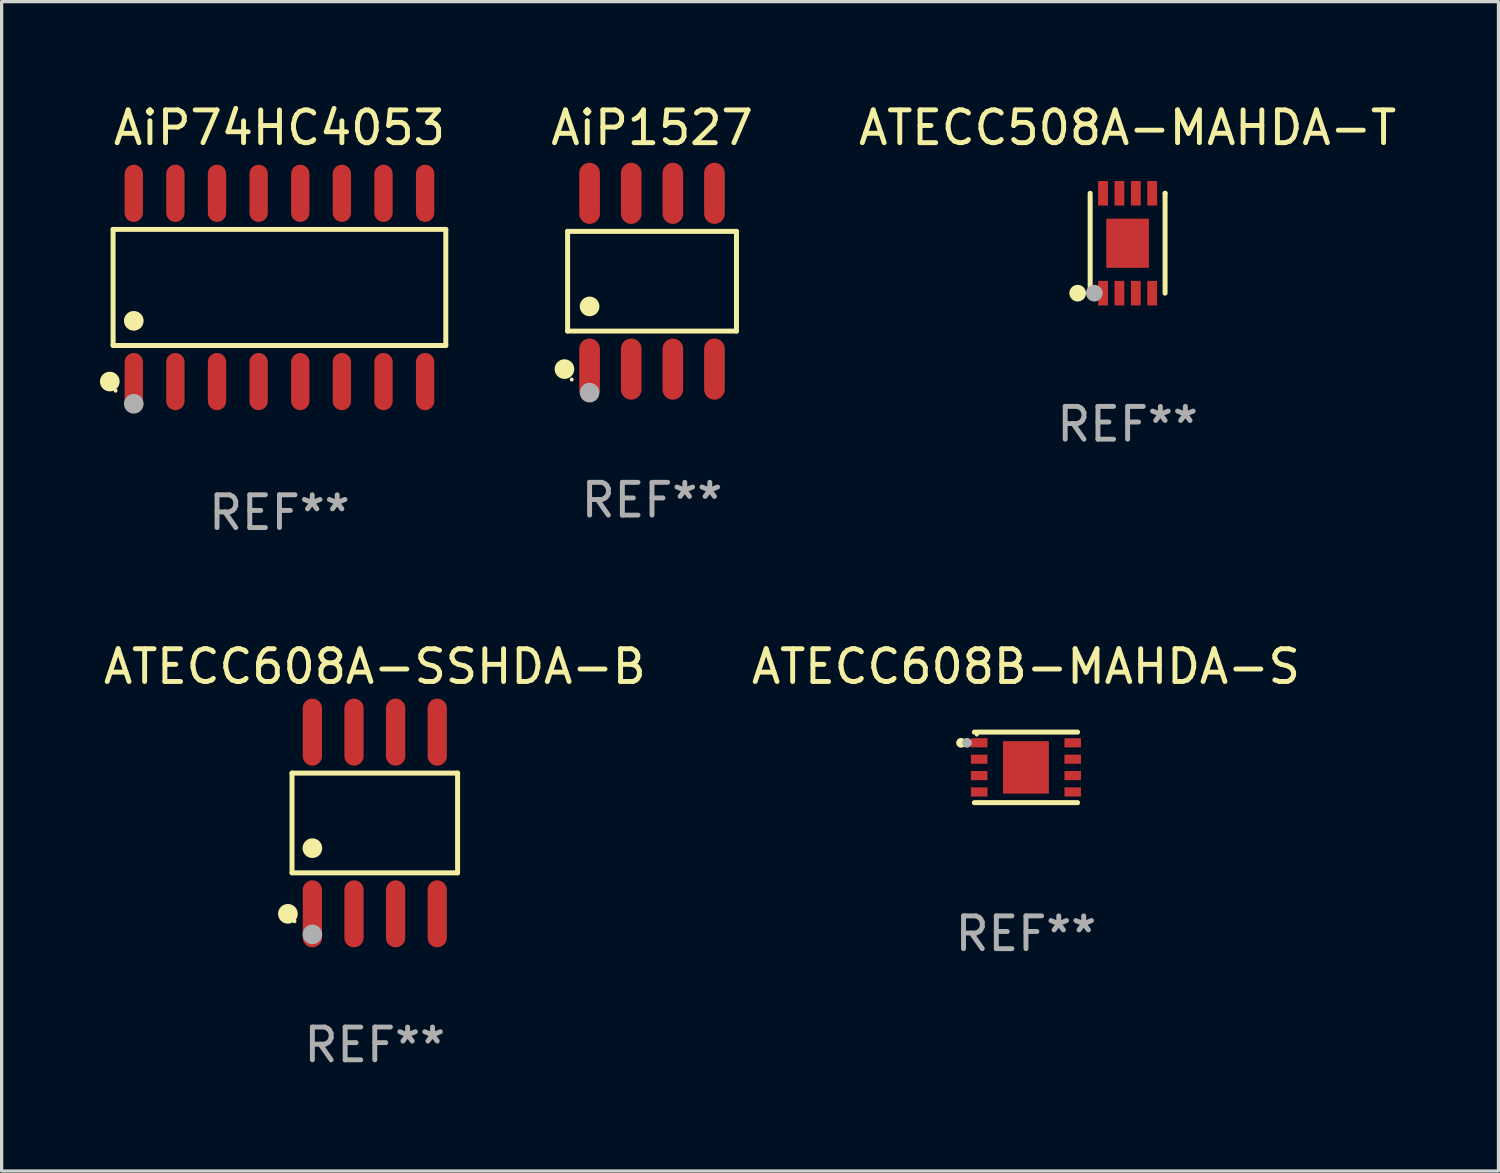
<source format=kicad_pcb>
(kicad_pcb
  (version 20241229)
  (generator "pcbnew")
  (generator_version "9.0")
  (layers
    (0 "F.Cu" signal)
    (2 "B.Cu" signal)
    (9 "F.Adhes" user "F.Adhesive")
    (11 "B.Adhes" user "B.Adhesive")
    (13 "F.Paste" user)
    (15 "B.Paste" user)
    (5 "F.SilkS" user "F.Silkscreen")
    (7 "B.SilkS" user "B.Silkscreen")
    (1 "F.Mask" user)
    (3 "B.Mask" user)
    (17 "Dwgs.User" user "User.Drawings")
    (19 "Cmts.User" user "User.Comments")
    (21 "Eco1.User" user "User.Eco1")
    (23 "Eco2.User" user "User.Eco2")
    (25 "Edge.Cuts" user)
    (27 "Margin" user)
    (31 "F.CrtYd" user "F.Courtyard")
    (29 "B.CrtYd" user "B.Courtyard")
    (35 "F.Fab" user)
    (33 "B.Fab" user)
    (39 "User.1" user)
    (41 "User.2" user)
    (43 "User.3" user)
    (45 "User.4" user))
  (footprint "ATECC608B-MAHDA-S"
    (layer "F.Cu")
    (at 28.256 20.366)
    (property "Reference" "ATECC608B-MAHDA-S" (at 0 -3.076 0) (layer "F.SilkS") (effects (font (size 1 1) (thickness 0.15))))
    (attr through_hole)
    (fp_line (start -1.576 -1.076) (end 1.576 -1.076) (stroke (width 0.152) (type solid)) (layer "F.SilkS"))
    (fp_line (start -1.576 1.076) (end 1.576 1.076) (stroke (width 0.152) (type solid)) (layer "F.SilkS"))
    (fp_circle (center -1.98 -0.75) (end -1.905 -0.75) (stroke (width 0.15) (type solid)) (fill no) (layer "F.SilkS"))
    (fp_circle (center -1.5 -1) (end -1.47 -1) (stroke (width 0.06) (type solid)) (fill no) (layer "F.SilkS"))
    (fp_circle (center -1.8 -0.75) (end -1.725 -0.75) (stroke (width 0.15) (type solid)) (fill no) (layer "F.Fab"))
    (fp_text user "REF**" (at 0 5.076 0) (layer "F.Fab") (effects (font (size 1 1) (thickness 0.15))))
    (pad "1" smd rect (at -1.427 -0.75) (size 0.505 0.28) (layers "F.Cu" "F.Mask" "F.Paste"))
    (pad "2" smd rect (at -1.427 -0.25) (size 0.505 0.28) (layers "F.Cu" "F.Mask" "F.Paste"))
    (pad "3" smd rect (at -1.427 0.25) (size 0.505 0.28) (layers "F.Cu" "F.Mask" "F.Paste"))
    (pad "4" smd rect (at -1.427 0.75) (size 0.505 0.28) (layers "F.Cu" "F.Mask" "F.Paste"))
    (pad "5" smd rect (at 1.427 0.75) (size 0.505 0.28) (layers "F.Cu" "F.Mask" "F.Paste"))
    (pad "6" smd rect (at 1.427 0.25) (size 0.505 0.28) (layers "F.Cu" "F.Mask" "F.Paste"))
    (pad "7" smd rect (at 1.427 -0.25) (size 0.505 0.28) (layers "F.Cu" "F.Mask" "F.Paste"))
    (pad "8" smd rect (at 1.427 -0.75) (size 0.505 0.28) (layers "F.Cu" "F.Mask" "F.Paste"))
    (pad "9" smd rect (at 0 0) (size 1.4 1.6) (layers "F.Cu" "F.Mask" "F.Paste")))
  (footprint "AiP74HC4053"
    (layer "F.Cu")
    (at 5.477 5.721)
    (property "Reference" "AiP74HC4053" (at 0 -4.872 0) (layer "F.SilkS") (effects (font (size 1 1) (thickness 0.15))))
    (attr through_hole)
    (fp_line (start -5.076 -1.771) (end 5.076 -1.771) (stroke (width 0.152) (type solid)) (layer "F.SilkS"))
    (fp_line (start -5.076 1.771) (end -5.076 -1.771) (stroke (width 0.152) (type solid)) (layer "F.SilkS"))
    (fp_line (start 5.076 -1.771) (end 5.076 1.771) (stroke (width 0.152) (type solid)) (layer "F.SilkS"))
    (fp_line (start 5.076 1.771) (end -5.076 1.771) (stroke (width 0.152) (type solid)) (layer "F.SilkS"))
    (fp_circle (center -5.177 2.872) (end -5.027 2.872) (stroke (width 0.3) (type solid)) (fill no) (layer "F.SilkS"))
    (fp_circle (center -5 3.15) (end -4.97 3.15) (stroke (width 0.06) (type solid)) (fill no) (layer "F.SilkS"))
    (fp_circle (center -4.445 1.019) (end -4.295 1.019) (stroke (width 0.3) (type solid)) (fill no) (layer "F.SilkS"))
    (fp_circle (center -4.445 3.55) (end -4.295 3.55) (stroke (width 0.3) (type solid)) (fill no) (layer "F.Fab"))
    (fp_text user "REF**" (at 0 6.872 0) (layer "F.Fab") (effects (font (size 1 1) (thickness 0.15))))
    (pad "1" smd oval (at -4.445 2.872) (size 0.56 1.745) (layers "F.Cu" "F.Mask" "F.Paste"))
    (pad "2" smd oval (at -3.175 2.872) (size 0.56 1.745) (layers "F.Cu" "F.Mask" "F.Paste"))
    (pad "3" smd oval (at -1.905 2.872) (size 0.56 1.745) (layers "F.Cu" "F.Mask" "F.Paste"))
    (pad "4" smd oval (at -0.635 2.872) (size 0.56 1.745) (layers "F.Cu" "F.Mask" "F.Paste"))
    (pad "5" smd oval (at 0.635 2.872) (size 0.56 1.745) (layers "F.Cu" "F.Mask" "F.Paste"))
    (pad "6" smd oval (at 1.905 2.872) (size 0.56 1.745) (layers "F.Cu" "F.Mask" "F.Paste"))
    (pad "7" smd oval (at 3.175 2.872) (size 0.56 1.745) (layers "F.Cu" "F.Mask" "F.Paste"))
    (pad "8" smd oval (at 4.445 2.872) (size 0.56 1.745) (layers "F.Cu" "F.Mask" "F.Paste"))
    (pad "9" smd oval (at 4.445 -2.872) (size 0.56 1.745) (layers "F.Cu" "F.Mask" "F.Paste"))
    (pad "10" smd oval (at 3.175 -2.872) (size 0.56 1.745) (layers "F.Cu" "F.Mask" "F.Paste"))
    (pad "11" smd oval (at 1.905 -2.872) (size 0.56 1.745) (layers "F.Cu" "F.Mask" "F.Paste"))
    (pad "12" smd oval (at 0.635 -2.872) (size 0.56 1.745) (layers "F.Cu" "F.Mask" "F.Paste"))
    (pad "13" smd oval (at -0.635 -2.872) (size 0.56 1.745) (layers "F.Cu" "F.Mask" "F.Paste"))
    (pad "14" smd oval (at -1.905 -2.872) (size 0.56 1.745) (layers "F.Cu" "F.Mask" "F.Paste"))
    (pad "15" smd oval (at -3.175 -2.872) (size 0.56 1.745) (layers "F.Cu" "F.Mask" "F.Paste"))
    (pad "16" smd oval (at -4.445 -2.872) (size 0.56 1.745) (layers "F.Cu" "F.Mask" "F.Paste")))
  (footprint "ATECC608A-SSHDA-B"
    (layer "F.Cu")
    (at 8.387 22.062)
    (property "Reference" "ATECC608A-SSHDA-B" (at 0 -4.772 0) (layer "F.SilkS") (effects (font (size 1 1) (thickness 0.15))))
    (attr through_hole)
    (fp_line (start -2.526 -1.521) (end 2.526 -1.521) (stroke (width 0.152) (type solid)) (layer "F.SilkS"))
    (fp_line (start -2.526 1.521) (end -2.526 -1.521) (stroke (width 0.152) (type solid)) (layer "F.SilkS"))
    (fp_line (start 2.526 -1.521) (end 2.526 1.521) (stroke (width 0.152) (type solid)) (layer "F.SilkS"))
    (fp_line (start 2.526 1.521) (end -2.526 1.521) (stroke (width 0.152) (type solid)) (layer "F.SilkS"))
    (fp_circle (center -2.652 2.772) (end -2.501 2.772) (stroke (width 0.3) (type solid)) (fill no) (layer "F.SilkS"))
    (fp_circle (center -2.45 3) (end -2.42 3) (stroke (width 0.06) (type solid)) (fill no) (layer "F.SilkS"))
    (fp_circle (center -1.905 0.769) (end -1.755 0.769) (stroke (width 0.3) (type solid)) (fill no) (layer "F.SilkS"))
    (fp_circle (center -1.905 3.4) (end -1.755 3.4) (stroke (width 0.3) (type solid)) (fill no) (layer "F.Fab"))
    (fp_text user "REF**" (at 0 6.772 0) (layer "F.Fab") (effects (font (size 1 1) (thickness 0.15))))
    (pad "1" smd oval (at -1.905 2.772) (size 0.588 2.045) (layers "F.Cu" "F.Mask" "F.Paste"))
    (pad "2" smd oval (at -0.635 2.772) (size 0.588 2.045) (layers "F.Cu" "F.Mask" "F.Paste"))
    (pad "3" smd oval (at 0.635 2.772) (size 0.588 2.045) (layers "F.Cu" "F.Mask" "F.Paste"))
    (pad "4" smd oval (at 1.905 2.772) (size 0.588 2.045) (layers "F.Cu" "F.Mask" "F.Paste"))
    (pad "5" smd oval (at 1.905 -2.772) (size 0.588 2.045) (layers "F.Cu" "F.Mask" "F.Paste"))
    (pad "6" smd oval (at 0.635 -2.772) (size 0.588 2.045) (layers "F.Cu" "F.Mask" "F.Paste"))
    (pad "7" smd oval (at -0.635 -2.772) (size 0.588 2.045) (layers "F.Cu" "F.Mask" "F.Paste"))
    (pad "8" smd oval (at -1.905 -2.772) (size 0.588 2.045) (layers "F.Cu" "F.Mask" "F.Paste")))
  (footprint "ATECC508A-MAHDA-T"
    (layer "F.Cu")
    (at 31.358 4.372)
    (property "Reference" "ATECC508A-MAHDA-T" (at 0 -3.524 0) (layer "F.SilkS") (effects (font (size 1 1) (thickness 0.15))))
    (attr through_hole)
    (fp_line (start -1.143 1.524) (end -1.143 1.524) (stroke (width 0.152) (type solid)) (layer "F.SilkS"))
    (fp_line (start -1.143 1.524) (end -1.143 -1.524) (stroke (width 0.152) (type solid)) (layer "F.SilkS"))
    (fp_line (start 1.143 -1.524) (end 1.143 1.524) (stroke (width 0.152) (type solid)) (layer "F.SilkS"))
    (fp_line (start 1.143 -1.524) (end 1.143 -1.524) (stroke (width 0.152) (type solid)) (layer "F.SilkS"))
    (fp_circle (center -1.524 1.524) (end -1.397 1.524) (stroke (width 0.254) (type solid)) (fill no) (layer "F.SilkS"))
    (fp_circle (center -1 1.5) (end -0.97 1.5) (stroke (width 0.06) (type solid)) (fill no) (layer "F.SilkS"))
    (fp_circle (center -1.016 1.524) (end -0.889 1.524) (stroke (width 0.254) (type solid)) (fill no) (layer "F.Fab"))
    (fp_text user "REF**" (at 0 5.524 0) (layer "F.Fab") (effects (font (size 1 1) (thickness 0.15))))
    (pad "1" smd rect (at -0.75 1.524) (size 0.3 0.75) (layers "F.Cu" "F.Mask" "F.Paste"))
    (pad "2" smd rect (at -0.25 1.524) (size 0.3 0.75) (layers "F.Cu" "F.Mask" "F.Paste"))
    (pad "3" smd rect (at 0.25 1.524) (size 0.3 0.75) (layers "F.Cu" "F.Mask" "F.Paste"))
    (pad "4" smd rect (at 0.75 1.524) (size 0.3 0.75) (layers "F.Cu" "F.Mask" "F.Paste"))
    (pad "5" smd rect (at 0.75 -1.524) (size 0.3 0.75) (layers "F.Cu" "F.Mask" "F.Paste"))
    (pad "6" smd rect (at 0.25 -1.524) (size 0.3 0.75) (layers "F.Cu" "F.Mask" "F.Paste"))
    (pad "7" smd rect (at -0.25 -1.524) (size 0.3 0.75) (layers "F.Cu" "F.Mask" "F.Paste"))
    (pad "8" smd rect (at -0.75 -1.524) (size 0.3 0.75) (layers "F.Cu" "F.Mask" "F.Paste"))
    (pad "9" smd rect (at -0.000254 0) (size 1.3 1.5) (layers "F.Cu" "F.Mask" "F.Paste")))
  (footprint "AiP1527"
    (layer "F.Cu")
    (at 16.846 5.531)
    (property "Reference" "AiP1527" (at 0 -4.682 0) (layer "F.SilkS") (effects (font (size 1 1) (thickness 0.15))))
    (attr through_hole)
    (fp_line (start -2.576 -1.521) (end 2.576 -1.521) (stroke (width 0.152) (type solid)) (layer "F.SilkS"))
    (fp_line (start -2.576 1.521) (end -2.576 -1.521) (stroke (width 0.152) (type solid)) (layer "F.SilkS"))
    (fp_line (start 2.576 -1.521) (end 2.576 1.521) (stroke (width 0.152) (type solid)) (layer "F.SilkS"))
    (fp_line (start 2.576 1.521) (end -2.576 1.521) (stroke (width 0.152) (type solid)) (layer "F.SilkS"))
    (fp_circle (center -2.672 2.682) (end -2.522 2.682) (stroke (width 0.3) (type solid)) (fill no) (layer "F.SilkS"))
    (fp_circle (center -2.45 3) (end -2.42 3) (stroke (width 0.06) (type solid)) (fill no) (layer "F.SilkS"))
    (fp_circle (center -1.905 0.769) (end -1.755 0.769) (stroke (width 0.3) (type solid)) (fill no) (layer "F.SilkS"))
    (fp_circle (center -1.905 3.4) (end -1.755 3.4) (stroke (width 0.3) (type solid)) (fill no) (layer "F.Fab"))
    (fp_text user "REF**" (at 0 6.682 0) (layer "F.Fab") (effects (font (size 1 1) (thickness 0.15))))
    (pad "1" smd oval (at -1.905 2.682) (size 0.63 1.865) (layers "F.Cu" "F.Mask" "F.Paste"))
    (pad "2" smd oval (at -0.635 2.682) (size 0.63 1.865) (layers "F.Cu" "F.Mask" "F.Paste"))
    (pad "3" smd oval (at 0.635 2.682) (size 0.63 1.865) (layers "F.Cu" "F.Mask" "F.Paste"))
    (pad "4" smd oval (at 1.905 2.682) (size 0.63 1.865) (layers "F.Cu" "F.Mask" "F.Paste"))
    (pad "5" smd oval (at 1.905 -2.682) (size 0.63 1.865) (layers "F.Cu" "F.Mask" "F.Paste"))
    (pad "6" smd oval (at 0.635 -2.682) (size 0.63 1.865) (layers "F.Cu" "F.Mask" "F.Paste"))
    (pad "7" smd oval (at -0.635 -2.682) (size 0.63 1.865) (layers "F.Cu" "F.Mask" "F.Paste"))
    (pad "8" smd oval (at -1.905 -2.682) (size 0.63 1.865) (layers "F.Cu" "F.Mask" "F.Paste")))
  (gr_rect
    (start -3 -3)
    (end 42.674 32.683)
    (stroke (width 0.1) (type default))
    (fill no)
    (layer "Edge.Cuts")))
</source>
